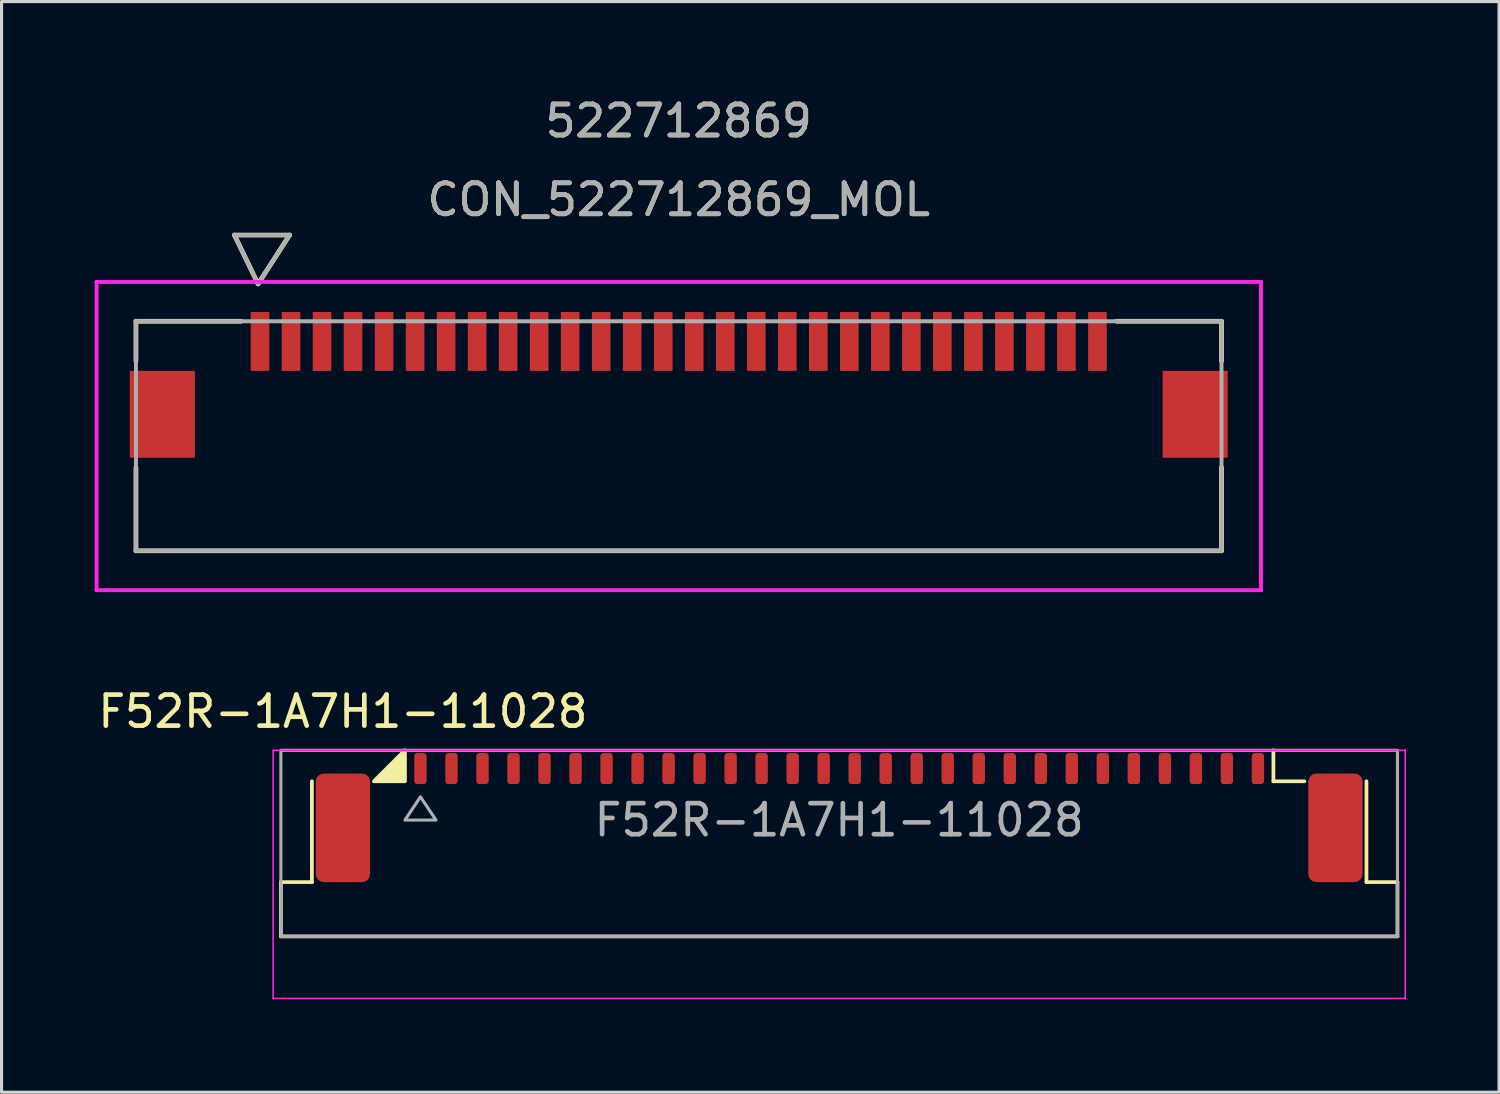
<source format=kicad_pcb>
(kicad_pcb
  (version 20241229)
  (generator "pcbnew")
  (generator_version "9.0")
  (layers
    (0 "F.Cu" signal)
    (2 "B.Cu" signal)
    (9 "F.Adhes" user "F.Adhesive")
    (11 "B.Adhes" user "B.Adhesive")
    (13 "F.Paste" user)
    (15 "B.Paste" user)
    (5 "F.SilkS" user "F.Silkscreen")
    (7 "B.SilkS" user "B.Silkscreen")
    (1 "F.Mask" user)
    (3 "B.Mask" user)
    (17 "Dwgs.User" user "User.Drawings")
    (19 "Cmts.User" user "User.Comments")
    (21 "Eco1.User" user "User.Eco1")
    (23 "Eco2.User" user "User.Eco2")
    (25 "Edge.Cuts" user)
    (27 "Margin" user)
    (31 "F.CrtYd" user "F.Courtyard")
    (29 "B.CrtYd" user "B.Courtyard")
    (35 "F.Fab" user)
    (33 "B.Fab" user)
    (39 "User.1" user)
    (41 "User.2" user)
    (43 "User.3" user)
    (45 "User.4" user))
  (footprint "CON_522712869_MOL"
    (layer "F.Cu")
    (at 18.833 11.008)
    (property "Reference" "CON_522712869_MOL" (at 0 -7.62 0) (unlocked yes) (layer "F.SilkS") (effects (font (size 1 1) (thickness 0.15))))
    (attr smd)
    (fp_line (start -17.5 -3.7) (end -17.5 -2.417) (stroke (width 0.152) (type solid)) (layer "F.SilkS"))
    (fp_line (start -17.5 1.018) (end -17.5 3.7) (stroke (width 0.152) (type solid)) (layer "F.SilkS"))
    (fp_line (start -17.5 3.7) (end 17.5 3.7) (stroke (width 0.152) (type solid)) (layer "F.SilkS"))
    (fp_line (start -14.325 -6.479) (end -13.563 -4.904) (stroke (width 0.152) (type solid)) (layer "F.SilkS"))
    (fp_line (start -14.325 -6.479) (end -12.547 -6.479) (stroke (width 0.152) (type solid)) (layer "F.SilkS"))
    (fp_line (start -14.117 -3.7) (end -17.5 -3.7) (stroke (width 0.152) (type solid)) (layer "F.SilkS"))
    (fp_line (start -12.547 -6.479) (end -13.563 -4.904) (stroke (width 0.152) (type solid)) (layer "F.SilkS"))
    (fp_line (start 17.5 -3.7) (end 14.118 -3.7) (stroke (width 0.152) (type solid)) (layer "F.SilkS"))
    (fp_line (start 17.5 -2.417) (end 17.5 -3.7) (stroke (width 0.152) (type solid)) (layer "F.SilkS"))
    (fp_line (start 17.5 3.7) (end 17.5 1.018) (stroke (width 0.152) (type solid)) (layer "F.SilkS"))
    (fp_line (start -18.77 -4.97) (end -18.77 4.97) (stroke (width 0.127) (type solid)) (layer "F.CrtYd"))
    (fp_line (start -18.77 4.97) (end 18.77 4.97) (stroke (width 0.127) (type solid)) (layer "F.CrtYd"))
    (fp_line (start 18.77 -4.97) (end -18.77 -4.97) (stroke (width 0.127) (type solid)) (layer "F.CrtYd"))
    (fp_line (start 18.77 4.97) (end 18.77 -4.97) (stroke (width 0.127) (type solid)) (layer "F.CrtYd"))
    (fp_line (start -17.5 -3.7) (end -17.5 3.7) (stroke (width 0.127) (type solid)) (layer "F.Fab"))
    (fp_line (start -17.5 3.7) (end 17.5 3.7) (stroke (width 0.127) (type solid)) (layer "F.Fab"))
    (fp_line (start -14.325 -6.479) (end -13.563 -4.904) (stroke (width 0.127) (type solid)) (layer "F.Fab"))
    (fp_line (start -14.325 -6.479) (end -12.547 -6.479) (stroke (width 0.127) (type solid)) (layer "F.Fab"))
    (fp_line (start -12.547 -6.479) (end -13.563 -4.904) (stroke (width 0.127) (type solid)) (layer "F.Fab"))
    (fp_line (start 17.5 -3.7) (end -17.5 -3.7) (stroke (width 0.127) (type solid)) (layer "F.Fab"))
    (fp_line (start 17.5 3.7) (end 17.5 -3.7) (stroke (width 0.127) (type solid)) (layer "F.Fab"))
    (fp_text user "522712869" (at 0 -10.16 0) (unlocked yes) (layer "F.SilkS") (effects (font (size 1 1) (thickness 0.15))))
    (fp_text user "${REFERENCE}" (at 0 -7.62 0) (unlocked yes) (layer "F.Fab") (effects (font (size 1 1) (thickness 0.15))))
    (fp_text user "522712869" (at 0 -10.16 0) (unlocked yes) (layer "F.Fab") (effects (font (size 1 1) (thickness 0.15))))
    (pad "1" smd rect (at -13.5 -3.05) (size 0.6 1.9) (layers "F.Cu" "F.Mask" "F.Paste"))
    (pad "2" smd rect (at -12.5 -3.05) (size 0.6 1.9) (layers "F.Cu" "F.Mask" "F.Paste"))
    (pad "3" smd rect (at -11.5 -3.05) (size 0.6 1.9) (layers "F.Cu" "F.Mask" "F.Paste"))
    (pad "4" smd rect (at -10.5 -3.05) (size 0.6 1.9) (layers "F.Cu" "F.Mask" "F.Paste"))
    (pad "5" smd rect (at -9.5 -3.05) (size 0.6 1.9) (layers "F.Cu" "F.Mask" "F.Paste"))
    (pad "6" smd rect (at -8.5 -3.05) (size 0.6 1.9) (layers "F.Cu" "F.Mask" "F.Paste"))
    (pad "7" smd rect (at -7.5 -3.05) (size 0.6 1.9) (layers "F.Cu" "F.Mask" "F.Paste"))
    (pad "8" smd rect (at -6.5 -3.05) (size 0.6 1.9) (layers "F.Cu" "F.Mask" "F.Paste"))
    (pad "9" smd rect (at -5.5 -3.05) (size 0.6 1.9) (layers "F.Cu" "F.Mask" "F.Paste"))
    (pad "10" smd rect (at -4.5 -3.05) (size 0.6 1.9) (layers "F.Cu" "F.Mask" "F.Paste"))
    (pad "11" smd rect (at -3.5 -3.05) (size 0.6 1.9) (layers "F.Cu" "F.Mask" "F.Paste"))
    (pad "12" smd rect (at -2.5 -3.05) (size 0.6 1.9) (layers "F.Cu" "F.Mask" "F.Paste"))
    (pad "13" smd rect (at -1.5 -3.05) (size 0.6 1.9) (layers "F.Cu" "F.Mask" "F.Paste"))
    (pad "14" smd rect (at -0.5 -3.05) (size 0.6 1.9) (layers "F.Cu" "F.Mask" "F.Paste"))
    (pad "15" smd rect (at 0.5 -3.05) (size 0.6 1.9) (layers "F.Cu" "F.Mask" "F.Paste"))
    (pad "16" smd rect (at 1.5 -3.05) (size 0.6 1.9) (layers "F.Cu" "F.Mask" "F.Paste"))
    (pad "17" smd rect (at 2.5 -3.05) (size 0.6 1.9) (layers "F.Cu" "F.Mask" "F.Paste"))
    (pad "18" smd rect (at 3.5 -3.05) (size 0.6 1.9) (layers "F.Cu" "F.Mask" "F.Paste"))
    (pad "19" smd rect (at 4.5 -3.05) (size 0.6 1.9) (layers "F.Cu" "F.Mask" "F.Paste"))
    (pad "20" smd rect (at 5.5 -3.05) (size 0.6 1.9) (layers "F.Cu" "F.Mask" "F.Paste"))
    (pad "21" smd rect (at 6.5 -3.05) (size 0.6 1.9) (layers "F.Cu" "F.Mask" "F.Paste"))
    (pad "22" smd rect (at 7.5 -3.05) (size 0.6 1.9) (layers "F.Cu" "F.Mask" "F.Paste"))
    (pad "23" smd rect (at 8.5 -3.05) (size 0.6 1.9) (layers "F.Cu" "F.Mask" "F.Paste"))
    (pad "24" smd rect (at 9.5 -3.05) (size 0.6 1.9) (layers "F.Cu" "F.Mask" "F.Paste"))
    (pad "25" smd rect (at 10.5 -3.05) (size 0.6 1.9) (layers "F.Cu" "F.Mask" "F.Paste"))
    (pad "26" smd rect (at 11.5 -3.05) (size 0.6 1.9) (layers "F.Cu" "F.Mask" "F.Paste"))
    (pad "27" smd rect (at 12.5 -3.05) (size 0.6 1.9) (layers "F.Cu" "F.Mask" "F.Paste"))
    (pad "28" smd rect (at 13.5 -3.05) (size 0.6 1.9) (layers "F.Cu" "F.Mask" "F.Paste"))
    (pad "P1" smd rect (at -16.65 -0.7) (size 2.1 2.8) (layers "F.Cu" "F.Mask" "F.Paste"))
    (pad "P2" smd rect (at 16.65 -0.7) (size 2.1 2.8) (layers "F.Cu" "F.Mask" "F.Paste")))
  (footprint "F52R-1A7H1-11028"
    (layer "F.Cu")
    (at 24.006 22.64)
    (property "Reference" "F52R-1A7H1-11028" (at -16 -2.75 0) (unlocked yes) (layer "F.SilkS") (effects (font (size 1 1) (thickness 0.15))))
    (attr smd)
    (fp_line (start -18 2.75) (end -18 4.5) (stroke (width 0.12) (type solid)) (layer "F.SilkS"))
    (fp_line (start -18 2.75) (end -17 2.75) (stroke (width 0.12) (type solid)) (layer "F.SilkS"))
    (fp_line (start -18 4.5) (end 18 4.5) (stroke (width 0.12) (type solid)) (layer "F.SilkS"))
    (fp_line (start -17 -0.5) (end -17 2.75) (stroke (width 0.12) (type solid)) (layer "F.SilkS"))
    (fp_line (start 14 -1.5) (end 14 -0.5) (stroke (width 0.12) (type solid)) (layer "F.SilkS"))
    (fp_line (start 15 -0.5) (end 14 -0.5) (stroke (width 0.12) (type solid)) (layer "F.SilkS"))
    (fp_line (start 17 -0.5) (end 17 2.75) (stroke (width 0.12) (type solid)) (layer "F.SilkS"))
    (fp_line (start 17 2.75) (end 18 2.75) (stroke (width 0.12) (type solid)) (layer "F.SilkS"))
    (fp_line (start 18 2.75) (end 18 4.5) (stroke (width 0.12) (type solid)) (layer "F.SilkS"))
    (fp_poly (pts (xy -15 -0.5) (xy -14 -0.5) (xy -14 -1.5)) (stroke (width 0.12) (type solid)) (fill yes) (layer "F.SilkS"))
    (fp_line (start -18.25 -1.5) (end -18.25 6.5) (stroke (width 0.05) (type solid)) (layer "F.CrtYd"))
    (fp_line (start -18.25 6.5) (end 18.25 6.5) (stroke (width 0.05) (type solid)) (layer "F.CrtYd"))
    (fp_line (start 18.25 -1.5) (end -18.25 -1.5) (stroke (width 0.05) (type solid)) (layer "F.CrtYd"))
    (fp_line (start 18.25 6.5) (end 18.25 -1.5) (stroke (width 0.05) (type solid)) (layer "F.CrtYd"))
    (fp_rect (start -18 -1.5) (end 18 4.5) (stroke (width 0.1) (type default)) (fill no) (layer "F.Fab"))
    (fp_poly (pts (xy -14 0.75) (xy -13.5 0) (xy -13 0.75)) (stroke (width 0.1) (type solid)) (fill no) (layer "F.Fab"))
    (fp_text user "${REFERENCE}" (at 0 0.75 0) (layer "F.Fab") (effects (font (size 1 1) (thickness 0.15))))
    (pad "1" smd roundrect (at -13.5 -0.91) (size 0.4 1) (layers "F.Cu" "F.Mask" "F.Paste") (roundrect_rratio 0.25))
    (pad "2" smd roundrect (at -12.5 -0.91) (size 0.4 1) (layers "F.Cu" "F.Mask" "F.Paste") (roundrect_rratio 0.25))
    (pad "3" smd roundrect (at -11.5 -0.91) (size 0.4 1) (layers "F.Cu" "F.Mask" "F.Paste") (roundrect_rratio 0.25))
    (pad "4" smd roundrect (at -10.5 -0.91) (size 0.4 1) (layers "F.Cu" "F.Mask" "F.Paste") (roundrect_rratio 0.25))
    (pad "5" smd roundrect (at -9.5 -0.91) (size 0.4 1) (layers "F.Cu" "F.Mask" "F.Paste") (roundrect_rratio 0.25))
    (pad "6" smd roundrect (at -8.5 -0.91) (size 0.4 1) (layers "F.Cu" "F.Mask" "F.Paste") (roundrect_rratio 0.25))
    (pad "7" smd roundrect (at -7.5 -0.91) (size 0.4 1) (layers "F.Cu" "F.Mask" "F.Paste") (roundrect_rratio 0.25))
    (pad "8" smd roundrect (at -6.5 -0.91) (size 0.4 1) (layers "F.Cu" "F.Mask" "F.Paste") (roundrect_rratio 0.25))
    (pad "9" smd roundrect (at -5.5 -0.91) (size 0.4 1) (layers "F.Cu" "F.Mask" "F.Paste") (roundrect_rratio 0.25))
    (pad "10" smd roundrect (at -4.5 -0.91) (size 0.4 1) (layers "F.Cu" "F.Mask" "F.Paste") (roundrect_rratio 0.25))
    (pad "11" smd roundrect (at -3.5 -0.91) (size 0.4 1) (layers "F.Cu" "F.Mask" "F.Paste") (roundrect_rratio 0.25))
    (pad "12" smd roundrect (at -2.5 -0.91) (size 0.4 1) (layers "F.Cu" "F.Mask" "F.Paste") (roundrect_rratio 0.25))
    (pad "13" smd roundrect (at -1.5 -0.91) (size 0.4 1) (layers "F.Cu" "F.Mask" "F.Paste") (roundrect_rratio 0.25))
    (pad "14" smd roundrect (at -0.5 -0.91) (size 0.4 1) (layers "F.Cu" "F.Mask" "F.Paste") (roundrect_rratio 0.25))
    (pad "15" smd roundrect (at 0.5 -0.91) (size 0.4 1) (layers "F.Cu" "F.Mask" "F.Paste") (roundrect_rratio 0.25))
    (pad "16" smd roundrect (at 1.5 -0.91) (size 0.4 1) (layers "F.Cu" "F.Mask" "F.Paste") (roundrect_rratio 0.25))
    (pad "17" smd roundrect (at 2.5 -0.91) (size 0.4 1) (layers "F.Cu" "F.Mask" "F.Paste") (roundrect_rratio 0.25))
    (pad "18" smd roundrect (at 3.5 -0.91) (size 0.4 1) (layers "F.Cu" "F.Mask" "F.Paste") (roundrect_rratio 0.25))
    (pad "19" smd roundrect (at 4.5 -0.91) (size 0.4 1) (layers "F.Cu" "F.Mask" "F.Paste") (roundrect_rratio 0.25))
    (pad "20" smd roundrect (at 5.5 -0.91) (size 0.4 1) (layers "F.Cu" "F.Mask" "F.Paste") (roundrect_rratio 0.25))
    (pad "21" smd roundrect (at 6.5 -0.91) (size 0.4 1) (layers "F.Cu" "F.Mask" "F.Paste") (roundrect_rratio 0.25))
    (pad "22" smd roundrect (at 7.5 -0.91) (size 0.4 1) (layers "F.Cu" "F.Mask" "F.Paste") (roundrect_rratio 0.25))
    (pad "23" smd roundrect (at 8.5 -0.91) (size 0.4 1) (layers "F.Cu" "F.Mask" "F.Paste") (roundrect_rratio 0.25))
    (pad "24" smd roundrect (at 9.5 -0.91) (size 0.4 1) (layers "F.Cu" "F.Mask" "F.Paste") (roundrect_rratio 0.25))
    (pad "25" smd roundrect (at 10.5 -0.91) (size 0.4 1) (layers "F.Cu" "F.Mask" "F.Paste") (roundrect_rratio 0.25))
    (pad "26" smd roundrect (at 11.5 -0.91) (size 0.4 1) (layers "F.Cu" "F.Mask" "F.Paste") (roundrect_rratio 0.25))
    (pad "27" smd roundrect (at 12.5 -0.91) (size 0.4 1) (layers "F.Cu" "F.Mask" "F.Paste") (roundrect_rratio 0.25))
    (pad "28" smd roundrect (at 13.5 -0.91) (size 0.4 1) (layers "F.Cu" "F.Mask" "F.Paste") (roundrect_rratio 0.25))
    (pad "MP" smd roundrect (at -16 1) (size 1.75 3.5) (layers "F.Cu" "F.Mask" "F.Paste") (roundrect_rratio 0.147))
    (pad "MP" smd roundrect (at 16 1) (size 1.75 3.5) (layers "F.Cu" "F.Mask" "F.Paste") (roundrect_rratio 0.147)))
  (gr_rect
    (start -3 -3)
    (end 45.281 32.165)
    (stroke (width 0.1) (type default))
    (fill no)
    (layer "Edge.Cuts")))
</source>
